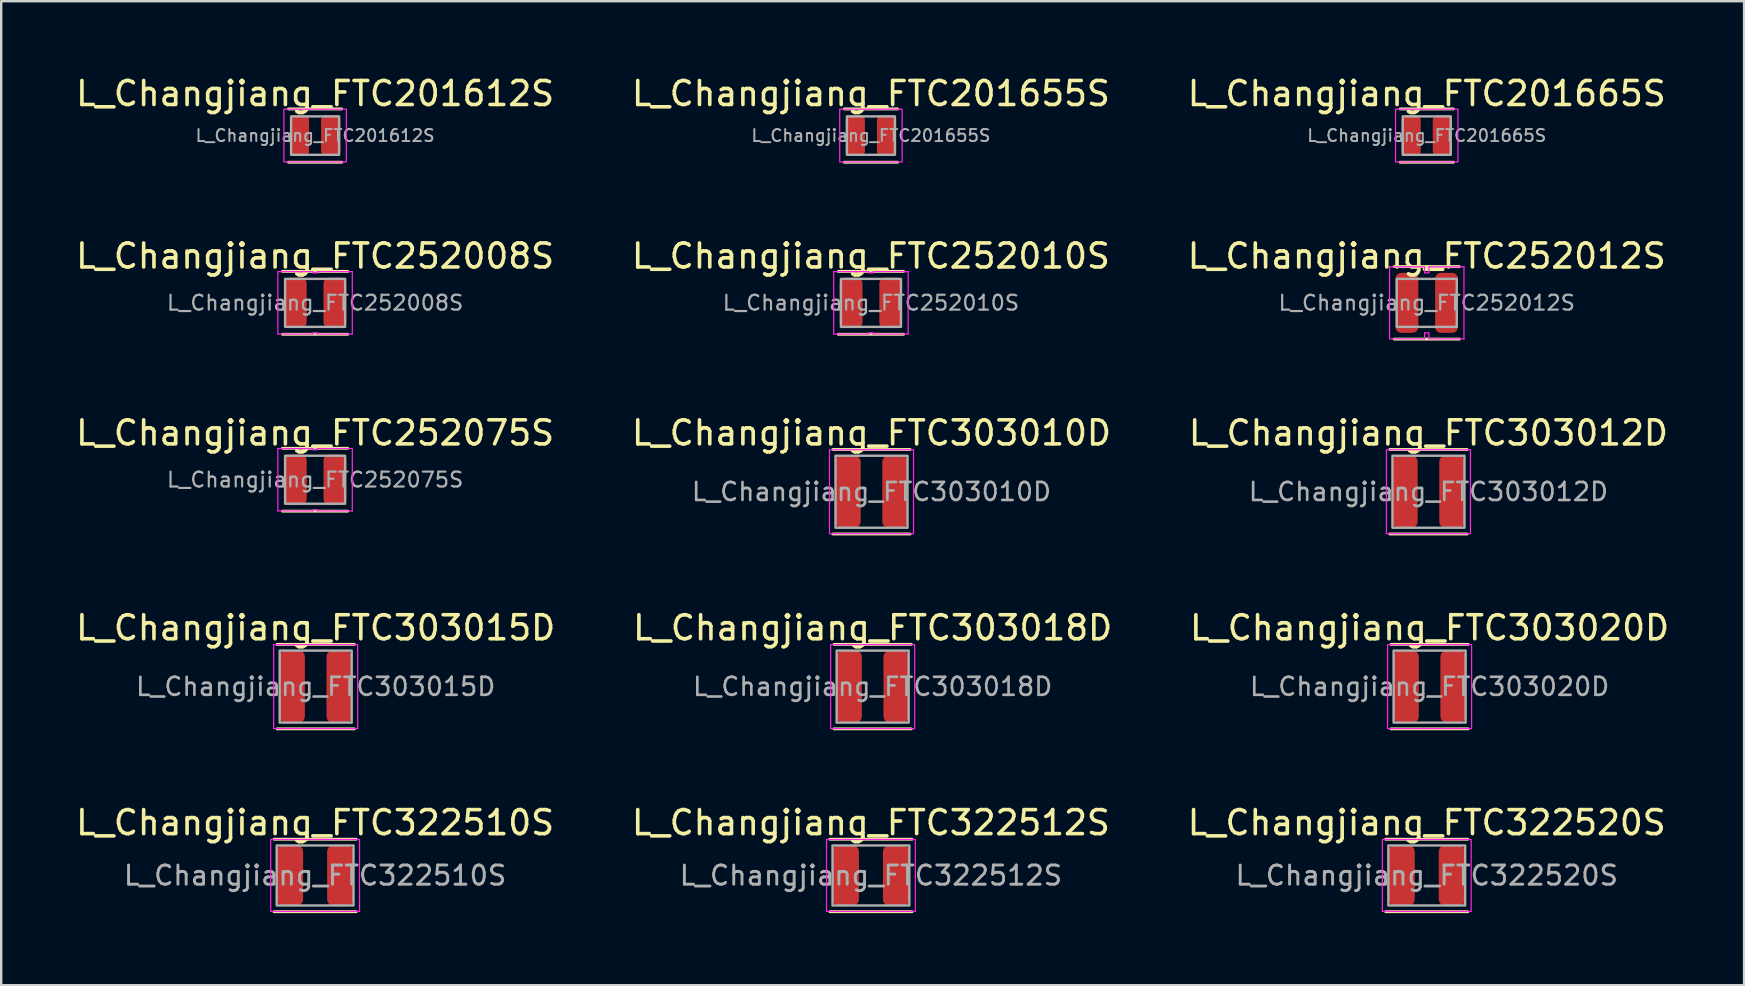
<source format=kicad_pcb>
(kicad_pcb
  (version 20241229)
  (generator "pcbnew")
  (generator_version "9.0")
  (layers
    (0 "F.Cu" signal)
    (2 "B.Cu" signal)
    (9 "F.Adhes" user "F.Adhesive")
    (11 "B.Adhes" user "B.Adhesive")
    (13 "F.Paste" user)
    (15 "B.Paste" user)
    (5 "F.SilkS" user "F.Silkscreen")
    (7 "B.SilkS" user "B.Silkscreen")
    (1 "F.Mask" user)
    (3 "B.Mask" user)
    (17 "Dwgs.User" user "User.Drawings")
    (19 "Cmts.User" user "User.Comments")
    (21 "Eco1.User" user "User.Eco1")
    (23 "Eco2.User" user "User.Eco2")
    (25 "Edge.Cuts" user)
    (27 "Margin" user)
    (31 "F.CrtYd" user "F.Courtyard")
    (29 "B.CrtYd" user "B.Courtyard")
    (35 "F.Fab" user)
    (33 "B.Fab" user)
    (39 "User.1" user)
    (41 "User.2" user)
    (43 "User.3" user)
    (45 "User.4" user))
  (footprint "L_Changjiang_FTC252008S"
    (layer "F.Cu")
    (at 10.077 9.566)
    (property "Reference" "L_Changjiang_FTC252008S" (at 0 -1.95 0) (layer "F.SilkS") (effects (font (size 1 1) (thickness 0.15))))
    (attr smd)
    (fp_line (start -1.36 -1.31) (end 1.36 -1.31) (stroke (width 0.12) (type solid)) (layer "F.SilkS"))
    (fp_line (start 1.36 1.31) (end -1.36 1.31) (stroke (width 0.12) (type solid)) (layer "F.SilkS"))
    (fp_line (start -1.55 -1.3) (end -0.09 -1.3) (stroke (width 0.05) (type solid)) (layer "F.CrtYd"))
    (fp_line (start -1.55 1.3) (end -1.55 -1.3) (stroke (width 0.05) (type solid)) (layer "F.CrtYd"))
    (fp_line (start -0.09 -1.3) (end -0.09 -1.25) (stroke (width 0.05) (type solid)) (layer "F.CrtYd"))
    (fp_line (start -0.09 -1.25) (end 0.09 -1.25) (stroke (width 0.05) (type solid)) (layer "F.CrtYd"))
    (fp_line (start -0.09 1.25) (end -0.09 1.3) (stroke (width 0.05) (type solid)) (layer "F.CrtYd"))
    (fp_line (start -0.09 1.3) (end -1.55 1.3) (stroke (width 0.05) (type solid)) (layer "F.CrtYd"))
    (fp_line (start 0.09 -1.3) (end 1.55 -1.3) (stroke (width 0.05) (type solid)) (layer "F.CrtYd"))
    (fp_line (start 0.09 -1.25) (end 0.09 -1.3) (stroke (width 0.05) (type solid)) (layer "F.CrtYd"))
    (fp_line (start 0.09 1.25) (end -0.09 1.25) (stroke (width 0.05) (type solid)) (layer "F.CrtYd"))
    (fp_line (start 0.09 1.3) (end 0.09 1.25) (stroke (width 0.05) (type solid)) (layer "F.CrtYd"))
    (fp_line (start 1.55 -1.3) (end 1.55 1.3) (stroke (width 0.05) (type solid)) (layer "F.CrtYd"))
    (fp_line (start 1.55 1.3) (end 0.09 1.3) (stroke (width 0.05) (type solid)) (layer "F.CrtYd"))
    (fp_rect (start -1.25 -1) (end 1.25 1) (stroke (width 0.1) (type solid)) (fill no) (layer "F.Fab"))
    (fp_text user "${REFERENCE}" (at 0 0 0) (layer "F.Fab") (effects (font (size 0.62 0.62) (thickness 0.09))))
    (pad "1" smd roundrect (at -0.825 0) (size 0.95 2.1) (layers "F.Cu" "F.Mask" "F.Paste") (roundrect_rratio 0.25))
    (pad "2" smd roundrect (at 0.825 0) (size 0.95 2.1) (layers "F.Cu" "F.Mask" "F.Paste") (roundrect_rratio 0.25)))
  (footprint "L_Changjiang_FTC322512S"
    (layer "F.Cu")
    (at 33.232 33.421)
    (property "Reference" "L_Changjiang_FTC322512S" (at 0 -2.2 0) (layer "F.SilkS") (effects (font (size 1 1) (thickness 0.15))))
    (attr smd)
    (fp_line (start -1.71 -1.51) (end 1.71 -1.51) (stroke (width 0.12) (type solid)) (layer "F.SilkS"))
    (fp_line (start 1.71 1.51) (end -1.71 1.51) (stroke (width 0.12) (type solid)) (layer "F.SilkS"))
    (fp_rect (start -1.85 -1.5) (end 1.85 1.5) (stroke (width 0.05) (type solid)) (fill no) (layer "F.CrtYd"))
    (fp_rect (start -1.6 -1.25) (end 1.6 1.25) (stroke (width 0.1) (type solid)) (fill no) (layer "F.Fab"))
    (fp_text user "${REFERENCE}" (at 0 0 0) (layer "F.Fab") (effects (font (size 0.8 0.8) (thickness 0.12))))
    (pad "1" smd roundrect (at -1.05 0) (size 1.1 2.5) (layers "F.Cu" "F.Mask" "F.Paste") (roundrect_rratio 0.227))
    (pad "2" smd roundrect (at 1.05 0) (size 1.1 2.5) (layers "F.Cu" "F.Mask" "F.Paste") (roundrect_rratio 0.227)))
  (footprint "L_Changjiang_FTC252010S"
    (layer "F.Cu")
    (at 33.232 9.566)
    (property "Reference" "L_Changjiang_FTC252010S" (at 0 -1.95 0) (layer "F.SilkS") (effects (font (size 1 1) (thickness 0.15))))
    (attr smd)
    (fp_line (start -1.36 -1.31) (end 1.36 -1.31) (stroke (width 0.12) (type solid)) (layer "F.SilkS"))
    (fp_line (start 1.36 1.31) (end -1.36 1.31) (stroke (width 0.12) (type solid)) (layer "F.SilkS"))
    (fp_line (start -1.55 -1.3) (end -0.09 -1.3) (stroke (width 0.05) (type solid)) (layer "F.CrtYd"))
    (fp_line (start -1.55 1.3) (end -1.55 -1.3) (stroke (width 0.05) (type solid)) (layer "F.CrtYd"))
    (fp_line (start -0.09 -1.3) (end -0.09 -1.25) (stroke (width 0.05) (type solid)) (layer "F.CrtYd"))
    (fp_line (start -0.09 -1.25) (end 0.09 -1.25) (stroke (width 0.05) (type solid)) (layer "F.CrtYd"))
    (fp_line (start -0.09 1.25) (end -0.09 1.3) (stroke (width 0.05) (type solid)) (layer "F.CrtYd"))
    (fp_line (start -0.09 1.3) (end -1.55 1.3) (stroke (width 0.05) (type solid)) (layer "F.CrtYd"))
    (fp_line (start 0.09 -1.3) (end 1.55 -1.3) (stroke (width 0.05) (type solid)) (layer "F.CrtYd"))
    (fp_line (start 0.09 -1.25) (end 0.09 -1.3) (stroke (width 0.05) (type solid)) (layer "F.CrtYd"))
    (fp_line (start 0.09 1.25) (end -0.09 1.25) (stroke (width 0.05) (type solid)) (layer "F.CrtYd"))
    (fp_line (start 0.09 1.3) (end 0.09 1.25) (stroke (width 0.05) (type solid)) (layer "F.CrtYd"))
    (fp_line (start 1.55 -1.3) (end 1.55 1.3) (stroke (width 0.05) (type solid)) (layer "F.CrtYd"))
    (fp_line (start 1.55 1.3) (end 0.09 1.3) (stroke (width 0.05) (type solid)) (layer "F.CrtYd"))
    (fp_rect (start -1.25 -1) (end 1.25 1) (stroke (width 0.1) (type solid)) (fill no) (layer "F.Fab"))
    (fp_text user "${REFERENCE}" (at 0 0 0) (layer "F.Fab") (effects (font (size 0.62 0.62) (thickness 0.09))))
    (pad "1" smd roundrect (at -0.825 0) (size 0.95 2.1) (layers "F.Cu" "F.Mask" "F.Paste") (roundrect_rratio 0.25))
    (pad "2" smd roundrect (at 0.825 0) (size 0.95 2.1) (layers "F.Cu" "F.Mask" "F.Paste") (roundrect_rratio 0.25)))
  (footprint "L_Changjiang_FTC303015D"
    (layer "F.Cu")
    (at 10.101 25.553)
    (property "Reference" "L_Changjiang_FTC303015D" (at 0 -2.45 0) (layer "F.SilkS") (effects (font (size 1 1) (thickness 0.15))))
    (attr smd)
    (fp_line (start -1.61 -1.76) (end 1.61 -1.76) (stroke (width 0.12) (type solid)) (layer "F.SilkS"))
    (fp_line (start 1.61 1.76) (end -1.61 1.76) (stroke (width 0.12) (type solid)) (layer "F.SilkS"))
    (fp_rect (start -1.75 -1.75) (end 1.75 1.75) (stroke (width 0.05) (type solid)) (fill no) (layer "F.CrtYd"))
    (fp_rect (start -1.5 -1.5) (end 1.5 1.5) (stroke (width 0.1) (type solid)) (fill no) (layer "F.Fab"))
    (fp_text user "${REFERENCE}" (at 0 0 0) (layer "F.Fab") (effects (font (size 0.75 0.75) (thickness 0.11))))
    (pad "1" smd roundrect (at -0.975 0) (size 1.05 3) (layers "F.Cu" "F.Mask" "F.Paste") (roundrect_rratio 0.238))
    (pad "2" smd roundrect (at 0.975 0) (size 1.05 3) (layers "F.Cu" "F.Mask" "F.Paste") (roundrect_rratio 0.238)))
  (footprint "L_Changjiang_FTC322510S"
    (layer "F.Cu")
    (at 10.077 33.421)
    (property "Reference" "L_Changjiang_FTC322510S" (at 0 -2.2 0) (layer "F.SilkS") (effects (font (size 1 1) (thickness 0.15))))
    (attr smd)
    (fp_line (start -1.71 -1.51) (end 1.71 -1.51) (stroke (width 0.12) (type solid)) (layer "F.SilkS"))
    (fp_line (start 1.71 1.51) (end -1.71 1.51) (stroke (width 0.12) (type solid)) (layer "F.SilkS"))
    (fp_rect (start -1.85 -1.5) (end 1.85 1.5) (stroke (width 0.05) (type solid)) (fill no) (layer "F.CrtYd"))
    (fp_rect (start -1.6 -1.25) (end 1.6 1.25) (stroke (width 0.1) (type solid)) (fill no) (layer "F.Fab"))
    (fp_text user "${REFERENCE}" (at 0 0 0) (layer "F.Fab") (effects (font (size 0.8 0.8) (thickness 0.12))))
    (pad "1" smd roundrect (at -1.05 0) (size 1.1 2.5) (layers "F.Cu" "F.Mask" "F.Paste") (roundrect_rratio 0.227))
    (pad "2" smd roundrect (at 1.05 0) (size 1.1 2.5) (layers "F.Cu" "F.Mask" "F.Paste") (roundrect_rratio 0.227)))
  (footprint "L_Changjiang_FTC201655S"
    (layer "F.Cu")
    (at 33.232 2.598)
    (property "Reference" "L_Changjiang_FTC201655S" (at 0 -1.75 0) (layer "F.SilkS") (effects (font (size 1 1) (thickness 0.15))))
    (attr smd)
    (fp_line (start -1.11 -1.11) (end 1.11 -1.11) (stroke (width 0.12) (type solid)) (layer "F.SilkS"))
    (fp_line (start 1.11 1.11) (end -1.11 1.11) (stroke (width 0.12) (type solid)) (layer "F.SilkS"))
    (fp_rect (start -1.3 -1.1) (end 1.3 1.1) (stroke (width 0.05) (type solid)) (fill no) (layer "F.CrtYd"))
    (fp_rect (start -1 -0.8) (end 1 0.8) (stroke (width 0.1) (type solid)) (fill no) (layer "F.Fab"))
    (fp_text user "${REFERENCE}" (at 0 0 0) (layer "F.Fab") (effects (font (size 0.5 0.5) (thickness 0.08))))
    (pad "1" smd roundrect (at -0.65 0) (size 0.8 1.7) (layers "F.Cu" "F.Mask" "F.Paste") (roundrect_rratio 0.25))
    (pad "2" smd roundrect (at 0.65 0) (size 0.8 1.7) (layers "F.Cu" "F.Mask" "F.Paste") (roundrect_rratio 0.25)))
  (footprint "L_Changjiang_FTC252012S"
    (layer "F.Cu")
    (at 56.387 9.566)
    (property "Reference" "L_Changjiang_FTC252012S" (at 0 -1.95 0) (layer "F.SilkS") (effects (font (size 1 1) (thickness 0.15))))
    (attr smd)
    (fp_line (start -1.36 -1.51) (end 1.36 -1.51) (stroke (width 0.12) (type solid)) (layer "F.SilkS"))
    (fp_line (start 1.36 1.51) (end -1.36 1.51) (stroke (width 0.12) (type solid)) (layer "F.SilkS"))
    (fp_line (start -1.55 -1.5) (end -0.09 -1.5) (stroke (width 0.05) (type solid)) (layer "F.CrtYd"))
    (fp_line (start -1.55 1.5) (end -1.55 -1.5) (stroke (width 0.05) (type solid)) (layer "F.CrtYd"))
    (fp_line (start -0.09 -1.5) (end -0.09 -1.25) (stroke (width 0.05) (type solid)) (layer "F.CrtYd"))
    (fp_line (start -0.09 -1.25) (end 0.09 -1.25) (stroke (width 0.05) (type solid)) (layer "F.CrtYd"))
    (fp_line (start -0.09 1.25) (end -0.09 1.5) (stroke (width 0.05) (type solid)) (layer "F.CrtYd"))
    (fp_line (start -0.09 1.5) (end -1.55 1.5) (stroke (width 0.05) (type solid)) (layer "F.CrtYd"))
    (fp_line (start 0.09 -1.5) (end 1.55 -1.5) (stroke (width 0.05) (type solid)) (layer "F.CrtYd"))
    (fp_line (start 0.09 -1.25) (end 0.09 -1.5) (stroke (width 0.05) (type solid)) (layer "F.CrtYd"))
    (fp_line (start 0.09 1.25) (end -0.09 1.25) (stroke (width 0.05) (type solid)) (layer "F.CrtYd"))
    (fp_line (start 0.09 1.5) (end 0.09 1.25) (stroke (width 0.05) (type solid)) (layer "F.CrtYd"))
    (fp_line (start 1.55 -1.5) (end 1.55 1.5) (stroke (width 0.05) (type solid)) (layer "F.CrtYd"))
    (fp_line (start 1.55 1.5) (end 0.09 1.5) (stroke (width 0.05) (type solid)) (layer "F.CrtYd"))
    (fp_rect (start -1.25 -1) (end 1.25 1) (stroke (width 0.1) (type solid)) (fill no) (layer "F.Fab"))
    (fp_text user "${REFERENCE}" (at 0 0 0) (layer "F.Fab") (effects (font (size 0.62 0.62) (thickness 0.09))))
    (pad "1" smd roundrect (at -0.825 0) (size 0.95 2.5) (layers "F.Cu" "F.Mask" "F.Paste") (roundrect_rratio 0.25))
    (pad "2" smd roundrect (at 0.825 0) (size 0.95 2.5) (layers "F.Cu" "F.Mask" "F.Paste") (roundrect_rratio 0.25)))
  (footprint "L_Changjiang_FTC303018D"
    (layer "F.Cu")
    (at 33.304 25.553)
    (property "Reference" "L_Changjiang_FTC303018D" (at 0 -2.45 0) (layer "F.SilkS") (effects (font (size 1 1) (thickness 0.15))))
    (attr smd)
    (fp_line (start -1.61 -1.76) (end 1.61 -1.76) (stroke (width 0.12) (type solid)) (layer "F.SilkS"))
    (fp_line (start 1.61 1.76) (end -1.61 1.76) (stroke (width 0.12) (type solid)) (layer "F.SilkS"))
    (fp_rect (start -1.75 -1.75) (end 1.75 1.75) (stroke (width 0.05) (type solid)) (fill no) (layer "F.CrtYd"))
    (fp_rect (start -1.5 -1.5) (end 1.5 1.5) (stroke (width 0.1) (type solid)) (fill no) (layer "F.Fab"))
    (fp_text user "${REFERENCE}" (at 0 0 0) (layer "F.Fab") (effects (font (size 0.75 0.75) (thickness 0.11))))
    (pad "1" smd roundrect (at -0.975 0) (size 1.05 3) (layers "F.Cu" "F.Mask" "F.Paste") (roundrect_rratio 0.238))
    (pad "2" smd roundrect (at 0.975 0) (size 1.05 3) (layers "F.Cu" "F.Mask" "F.Paste") (roundrect_rratio 0.238)))
  (footprint "L_Changjiang_FTC201665S"
    (layer "F.Cu")
    (at 56.387 2.598)
    (property "Reference" "L_Changjiang_FTC201665S" (at 0 -1.75 0) (layer "F.SilkS") (effects (font (size 1 1) (thickness 0.15))))
    (attr smd)
    (fp_line (start -1.11 -1.11) (end 1.11 -1.11) (stroke (width 0.12) (type solid)) (layer "F.SilkS"))
    (fp_line (start 1.11 1.11) (end -1.11 1.11) (stroke (width 0.12) (type solid)) (layer "F.SilkS"))
    (fp_rect (start -1.3 -1.1) (end 1.3 1.1) (stroke (width 0.05) (type solid)) (fill no) (layer "F.CrtYd"))
    (fp_rect (start -1 -0.8) (end 1 0.8) (stroke (width 0.1) (type solid)) (fill no) (layer "F.Fab"))
    (fp_text user "${REFERENCE}" (at 0 0 0) (layer "F.Fab") (effects (font (size 0.5 0.5) (thickness 0.08))))
    (pad "1" smd roundrect (at -0.65 0) (size 0.8 1.7) (layers "F.Cu" "F.Mask" "F.Paste") (roundrect_rratio 0.25))
    (pad "2" smd roundrect (at 0.65 0) (size 0.8 1.7) (layers "F.Cu" "F.Mask" "F.Paste") (roundrect_rratio 0.25)))
  (footprint "L_Changjiang_FTC322520S"
    (layer "F.Cu")
    (at 56.387 33.421)
    (property "Reference" "L_Changjiang_FTC322520S" (at 0 -2.2 0) (layer "F.SilkS") (effects (font (size 1 1) (thickness 0.15))))
    (attr smd)
    (fp_line (start -1.71 -1.51) (end 1.71 -1.51) (stroke (width 0.12) (type solid)) (layer "F.SilkS"))
    (fp_line (start 1.71 1.51) (end -1.71 1.51) (stroke (width 0.12) (type solid)) (layer "F.SilkS"))
    (fp_rect (start -1.85 -1.5) (end 1.85 1.5) (stroke (width 0.05) (type solid)) (fill no) (layer "F.CrtYd"))
    (fp_rect (start -1.6 -1.25) (end 1.6 1.25) (stroke (width 0.1) (type solid)) (fill no) (layer "F.Fab"))
    (fp_text user "${REFERENCE}" (at 0 0 0) (layer "F.Fab") (effects (font (size 0.8 0.8) (thickness 0.12))))
    (pad "1" smd roundrect (at -1.05 0) (size 1.1 2.5) (layers "F.Cu" "F.Mask" "F.Paste") (roundrect_rratio 0.227))
    (pad "2" smd roundrect (at 1.05 0) (size 1.1 2.5) (layers "F.Cu" "F.Mask" "F.Paste") (roundrect_rratio 0.227)))
  (footprint "L_Changjiang_FTC201612S"
    (layer "F.Cu")
    (at 10.077 2.598)
    (property "Reference" "L_Changjiang_FTC201612S" (at 0 -1.75 0) (layer "F.SilkS") (effects (font (size 1 1) (thickness 0.15))))
    (attr smd)
    (fp_line (start -1.11 -1.11) (end 1.11 -1.11) (stroke (width 0.12) (type solid)) (layer "F.SilkS"))
    (fp_line (start 1.11 1.11) (end -1.11 1.11) (stroke (width 0.12) (type solid)) (layer "F.SilkS"))
    (fp_rect (start -1.3 -1.1) (end 1.3 1.1) (stroke (width 0.05) (type solid)) (fill no) (layer "F.CrtYd"))
    (fp_rect (start -1 -0.8) (end 1 0.8) (stroke (width 0.1) (type solid)) (fill no) (layer "F.Fab"))
    (fp_text user "${REFERENCE}" (at 0 0 0) (layer "F.Fab") (effects (font (size 0.5 0.5) (thickness 0.08))))
    (pad "1" smd roundrect (at -0.65 0) (size 0.8 1.7) (layers "F.Cu" "F.Mask" "F.Paste") (roundrect_rratio 0.25))
    (pad "2" smd roundrect (at 0.65 0) (size 0.8 1.7) (layers "F.Cu" "F.Mask" "F.Paste") (roundrect_rratio 0.25)))
  (footprint "L_Changjiang_FTC303010D"
    (layer "F.Cu")
    (at 33.256 17.435)
    (property "Reference" "L_Changjiang_FTC303010D" (at 0 -2.45 0) (layer "F.SilkS") (effects (font (size 1 1) (thickness 0.15))))
    (attr smd)
    (fp_line (start -1.61 -1.76) (end 1.61 -1.76) (stroke (width 0.12) (type solid)) (layer "F.SilkS"))
    (fp_line (start 1.61 1.76) (end -1.61 1.76) (stroke (width 0.12) (type solid)) (layer "F.SilkS"))
    (fp_rect (start -1.75 -1.75) (end 1.75 1.75) (stroke (width 0.05) (type solid)) (fill no) (layer "F.CrtYd"))
    (fp_rect (start -1.5 -1.5) (end 1.5 1.5) (stroke (width 0.1) (type solid)) (fill no) (layer "F.Fab"))
    (fp_text user "${REFERENCE}" (at 0 0 0) (layer "F.Fab") (effects (font (size 0.75 0.75) (thickness 0.11))))
    (pad "1" smd roundrect (at -0.975 0) (size 1.05 3) (layers "F.Cu" "F.Mask" "F.Paste") (roundrect_rratio 0.238))
    (pad "2" smd roundrect (at 0.975 0) (size 1.05 3) (layers "F.Cu" "F.Mask" "F.Paste") (roundrect_rratio 0.238)))
  (footprint "L_Changjiang_FTC303020D"
    (layer "F.Cu")
    (at 56.506 25.553)
    (property "Reference" "L_Changjiang_FTC303020D" (at 0 -2.45 0) (layer "F.SilkS") (effects (font (size 1 1) (thickness 0.15))))
    (attr smd)
    (fp_line (start -1.61 -1.76) (end 1.61 -1.76) (stroke (width 0.12) (type solid)) (layer "F.SilkS"))
    (fp_line (start 1.61 1.76) (end -1.61 1.76) (stroke (width 0.12) (type solid)) (layer "F.SilkS"))
    (fp_rect (start -1.75 -1.75) (end 1.75 1.75) (stroke (width 0.05) (type solid)) (fill no) (layer "F.CrtYd"))
    (fp_rect (start -1.5 -1.5) (end 1.5 1.5) (stroke (width 0.1) (type solid)) (fill no) (layer "F.Fab"))
    (fp_text user "${REFERENCE}" (at 0 0 0) (layer "F.Fab") (effects (font (size 0.75 0.75) (thickness 0.11))))
    (pad "1" smd roundrect (at -0.975 0) (size 1.05 3) (layers "F.Cu" "F.Mask" "F.Paste") (roundrect_rratio 0.238))
    (pad "2" smd roundrect (at 0.975 0) (size 1.05 3) (layers "F.Cu" "F.Mask" "F.Paste") (roundrect_rratio 0.238)))
  (footprint "L_Changjiang_FTC303012D"
    (layer "F.Cu")
    (at 56.458 17.435)
    (property "Reference" "L_Changjiang_FTC303012D" (at 0 -2.45 0) (layer "F.SilkS") (effects (font (size 1 1) (thickness 0.15))))
    (attr smd)
    (fp_line (start -1.61 -1.76) (end 1.61 -1.76) (stroke (width 0.12) (type solid)) (layer "F.SilkS"))
    (fp_line (start 1.61 1.76) (end -1.61 1.76) (stroke (width 0.12) (type solid)) (layer "F.SilkS"))
    (fp_rect (start -1.75 -1.75) (end 1.75 1.75) (stroke (width 0.05) (type solid)) (fill no) (layer "F.CrtYd"))
    (fp_rect (start -1.5 -1.5) (end 1.5 1.5) (stroke (width 0.1) (type solid)) (fill no) (layer "F.Fab"))
    (fp_text user "${REFERENCE}" (at 0 0 0) (layer "F.Fab") (effects (font (size 0.75 0.75) (thickness 0.11))))
    (pad "1" smd roundrect (at -0.975 0) (size 1.05 3) (layers "F.Cu" "F.Mask" "F.Paste") (roundrect_rratio 0.238))
    (pad "2" smd roundrect (at 0.975 0) (size 1.05 3) (layers "F.Cu" "F.Mask" "F.Paste") (roundrect_rratio 0.238)))
  (footprint "L_Changjiang_FTC252075S"
    (layer "F.Cu")
    (at 10.077 16.935)
    (property "Reference" "L_Changjiang_FTC252075S" (at 0 -1.95 0) (layer "F.SilkS") (effects (font (size 1 1) (thickness 0.15))))
    (attr smd)
    (fp_line (start -1.36 -1.31) (end 1.36 -1.31) (stroke (width 0.12) (type solid)) (layer "F.SilkS"))
    (fp_line (start 1.36 1.31) (end -1.36 1.31) (stroke (width 0.12) (type solid)) (layer "F.SilkS"))
    (fp_line (start -1.55 -1.3) (end -0.09 -1.3) (stroke (width 0.05) (type solid)) (layer "F.CrtYd"))
    (fp_line (start -1.55 1.3) (end -1.55 -1.3) (stroke (width 0.05) (type solid)) (layer "F.CrtYd"))
    (fp_line (start -0.09 -1.3) (end -0.09 -1.25) (stroke (width 0.05) (type solid)) (layer "F.CrtYd"))
    (fp_line (start -0.09 -1.25) (end 0.09 -1.25) (stroke (width 0.05) (type solid)) (layer "F.CrtYd"))
    (fp_line (start -0.09 1.25) (end -0.09 1.3) (stroke (width 0.05) (type solid)) (layer "F.CrtYd"))
    (fp_line (start -0.09 1.3) (end -1.55 1.3) (stroke (width 0.05) (type solid)) (layer "F.CrtYd"))
    (fp_line (start 0.09 -1.3) (end 1.55 -1.3) (stroke (width 0.05) (type solid)) (layer "F.CrtYd"))
    (fp_line (start 0.09 -1.25) (end 0.09 -1.3) (stroke (width 0.05) (type solid)) (layer "F.CrtYd"))
    (fp_line (start 0.09 1.25) (end -0.09 1.25) (stroke (width 0.05) (type solid)) (layer "F.CrtYd"))
    (fp_line (start 0.09 1.3) (end 0.09 1.25) (stroke (width 0.05) (type solid)) (layer "F.CrtYd"))
    (fp_line (start 1.55 -1.3) (end 1.55 1.3) (stroke (width 0.05) (type solid)) (layer "F.CrtYd"))
    (fp_line (start 1.55 1.3) (end 0.09 1.3) (stroke (width 0.05) (type solid)) (layer "F.CrtYd"))
    (fp_rect (start -1.25 -1) (end 1.25 1) (stroke (width 0.1) (type solid)) (fill no) (layer "F.Fab"))
    (fp_text user "${REFERENCE}" (at 0 0 0) (layer "F.Fab") (effects (font (size 0.62 0.62) (thickness 0.09))))
    (pad "1" smd roundrect (at -0.825 0) (size 0.95 2.1) (layers "F.Cu" "F.Mask" "F.Paste") (roundrect_rratio 0.25))
    (pad "2" smd roundrect (at 0.825 0) (size 0.95 2.1) (layers "F.Cu" "F.Mask" "F.Paste") (roundrect_rratio 0.25)))
  (gr_rect
    (start -3 -3)
    (end 69.607 37.991)
    (stroke (width 0.1) (type default))
    (fill no)
    (layer "Edge.Cuts")))
</source>
